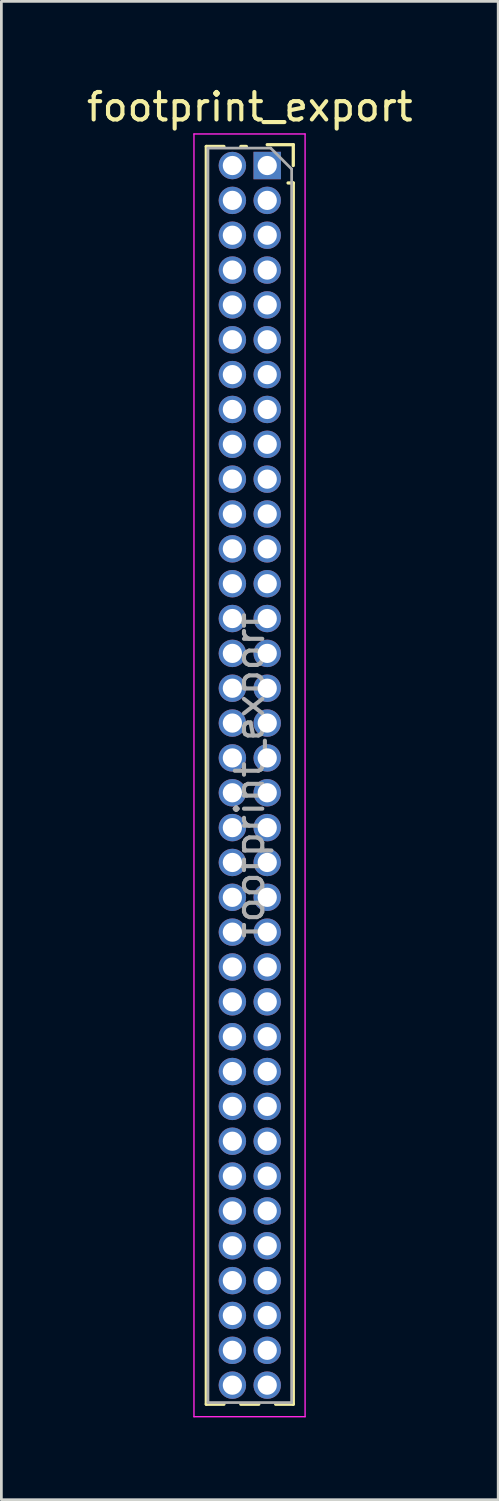
<source format=kicad_pcb>
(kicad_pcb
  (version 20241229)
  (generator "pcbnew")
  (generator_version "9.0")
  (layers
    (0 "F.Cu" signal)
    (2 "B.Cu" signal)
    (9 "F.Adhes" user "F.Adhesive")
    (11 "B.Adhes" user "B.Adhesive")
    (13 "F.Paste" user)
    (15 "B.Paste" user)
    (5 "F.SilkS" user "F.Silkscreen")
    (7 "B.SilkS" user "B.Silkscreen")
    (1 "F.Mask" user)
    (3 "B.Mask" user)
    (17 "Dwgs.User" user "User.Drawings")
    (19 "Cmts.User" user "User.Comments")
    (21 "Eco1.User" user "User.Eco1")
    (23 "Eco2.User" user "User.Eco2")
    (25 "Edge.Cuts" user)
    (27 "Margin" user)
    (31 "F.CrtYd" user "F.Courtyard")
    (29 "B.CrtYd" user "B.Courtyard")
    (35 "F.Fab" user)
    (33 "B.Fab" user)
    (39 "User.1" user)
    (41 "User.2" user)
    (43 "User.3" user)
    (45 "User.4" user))
  (footprint "footprint_export"
    (layer "F.Cu")
    (at 6.689 2.983)
    (property "Reference" "footprint_export" (at -0.635 -2.135 0) (layer "F.SilkS") (effects (font (size 1 1) (thickness 0.15))))
    (attr through_hole)
    (fp_line (start -2.22 -0.695) (end -2.22 45.145) (stroke (width 0.12) (type solid)) (layer "F.SilkS"))
    (fp_line (start -2.22 -0.695) (end -1.578 -0.695) (stroke (width 0.12) (type solid)) (layer "F.SilkS"))
    (fp_line (start -2.22 45.145) (end -1.578 45.145) (stroke (width 0.12) (type solid)) (layer "F.SilkS"))
    (fp_line (start -0.962 -0.695) (end -0.76 -0.695) (stroke (width 0.12) (type solid)) (layer "F.SilkS"))
    (fp_line (start -0.962 45.145) (end -0.308 45.145) (stroke (width 0.12) (type solid)) (layer "F.SilkS"))
    (fp_line (start 0 -0.76) (end 0.95 -0.76) (stroke (width 0.12) (type solid)) (layer "F.SilkS"))
    (fp_line (start 0.308 45.145) (end 0.95 45.145) (stroke (width 0.12) (type solid)) (layer "F.SilkS"))
    (fp_line (start 0.76 0.635) (end 0.95 0.635) (stroke (width 0.12) (type solid)) (layer "F.SilkS"))
    (fp_line (start 0.95 -0.76) (end 0.95 0) (stroke (width 0.12) (type solid)) (layer "F.SilkS"))
    (fp_line (start 0.95 0.635) (end 0.95 45.145) (stroke (width 0.12) (type solid)) (layer "F.SilkS"))
    (fp_line (start -2.67 -1.15) (end 1.38 -1.15) (stroke (width 0.05) (type solid)) (layer "F.CrtYd"))
    (fp_line (start -2.67 45.6) (end -2.67 -1.15) (stroke (width 0.05) (type solid)) (layer "F.CrtYd"))
    (fp_line (start 1.38 -1.15) (end 1.38 45.6) (stroke (width 0.05) (type solid)) (layer "F.CrtYd"))
    (fp_line (start 1.38 45.6) (end -2.67 45.6) (stroke (width 0.05) (type solid)) (layer "F.CrtYd"))
    (fp_line (start -2.16 -0.635) (end 0.128 -0.635) (stroke (width 0.1) (type solid)) (layer "F.Fab"))
    (fp_line (start -2.16 45.085) (end -2.16 -0.635) (stroke (width 0.1) (type solid)) (layer "F.Fab"))
    (fp_line (start 0.128 -0.635) (end 0.89 0.128) (stroke (width 0.1) (type solid)) (layer "F.Fab"))
    (fp_line (start 0.89 0.128) (end 0.89 45.085) (stroke (width 0.1) (type solid)) (layer "F.Fab"))
    (fp_line (start 0.89 45.085) (end -2.16 45.085) (stroke (width 0.1) (type solid)) (layer "F.Fab"))
    (fp_text user "${REFERENCE}" (at -0.635 22.225 90) (layer "F.Fab") (effects (font (size 1 1) (thickness 0.15))))
    (pad "1" thru_hole rect (at 0 0) (size 1 1) (drill 0.7) (layers "*.Cu" "*.Mask"))
    (pad "2" thru_hole oval (at -1.27 0) (size 1 1) (drill 0.7) (layers "*.Cu" "*.Mask"))
    (pad "3" thru_hole oval (at 0 1.27) (size 1 1) (drill 0.7) (layers "*.Cu" "*.Mask"))
    (pad "4" thru_hole oval (at -1.27 1.27) (size 1 1) (drill 0.7) (layers "*.Cu" "*.Mask"))
    (pad "5" thru_hole oval (at 0 2.54) (size 1 1) (drill 0.7) (layers "*.Cu" "*.Mask"))
    (pad "6" thru_hole oval (at -1.27 2.54) (size 1 1) (drill 0.7) (layers "*.Cu" "*.Mask"))
    (pad "7" thru_hole oval (at 0 3.81) (size 1 1) (drill 0.7) (layers "*.Cu" "*.Mask"))
    (pad "8" thru_hole oval (at -1.27 3.81) (size 1 1) (drill 0.7) (layers "*.Cu" "*.Mask"))
    (pad "9" thru_hole oval (at 0 5.08) (size 1 1) (drill 0.7) (layers "*.Cu" "*.Mask"))
    (pad "10" thru_hole oval (at -1.27 5.08) (size 1 1) (drill 0.7) (layers "*.Cu" "*.Mask"))
    (pad "11" thru_hole oval (at 0 6.35) (size 1 1) (drill 0.7) (layers "*.Cu" "*.Mask"))
    (pad "12" thru_hole oval (at -1.27 6.35) (size 1 1) (drill 0.7) (layers "*.Cu" "*.Mask"))
    (pad "13" thru_hole oval (at 0 7.62) (size 1 1) (drill 0.7) (layers "*.Cu" "*.Mask"))
    (pad "14" thru_hole oval (at -1.27 7.62) (size 1 1) (drill 0.7) (layers "*.Cu" "*.Mask"))
    (pad "15" thru_hole oval (at 0 8.89) (size 1 1) (drill 0.7) (layers "*.Cu" "*.Mask"))
    (pad "16" thru_hole oval (at -1.27 8.89) (size 1 1) (drill 0.7) (layers "*.Cu" "*.Mask"))
    (pad "17" thru_hole oval (at 0 10.16) (size 1 1) (drill 0.7) (layers "*.Cu" "*.Mask"))
    (pad "18" thru_hole oval (at -1.27 10.16) (size 1 1) (drill 0.7) (layers "*.Cu" "*.Mask"))
    (pad "19" thru_hole oval (at 0 11.43) (size 1 1) (drill 0.7) (layers "*.Cu" "*.Mask"))
    (pad "20" thru_hole oval (at -1.27 11.43) (size 1 1) (drill 0.7) (layers "*.Cu" "*.Mask"))
    (pad "21" thru_hole oval (at 0 12.7) (size 1 1) (drill 0.7) (layers "*.Cu" "*.Mask"))
    (pad "22" thru_hole oval (at -1.27 12.7) (size 1 1) (drill 0.7) (layers "*.Cu" "*.Mask"))
    (pad "23" thru_hole oval (at 0 13.97) (size 1 1) (drill 0.7) (layers "*.Cu" "*.Mask"))
    (pad "24" thru_hole oval (at -1.27 13.97) (size 1 1) (drill 0.7) (layers "*.Cu" "*.Mask"))
    (pad "25" thru_hole oval (at 0 15.24) (size 1 1) (drill 0.7) (layers "*.Cu" "*.Mask"))
    (pad "26" thru_hole oval (at -1.27 15.24) (size 1 1) (drill 0.7) (layers "*.Cu" "*.Mask"))
    (pad "27" thru_hole oval (at 0 16.51) (size 1 1) (drill 0.7) (layers "*.Cu" "*.Mask"))
    (pad "28" thru_hole oval (at -1.27 16.51) (size 1 1) (drill 0.7) (layers "*.Cu" "*.Mask"))
    (pad "29" thru_hole oval (at 0 17.78) (size 1 1) (drill 0.7) (layers "*.Cu" "*.Mask"))
    (pad "30" thru_hole oval (at -1.27 17.78) (size 1 1) (drill 0.7) (layers "*.Cu" "*.Mask"))
    (pad "31" thru_hole oval (at 0 19.05) (size 1 1) (drill 0.7) (layers "*.Cu" "*.Mask"))
    (pad "32" thru_hole oval (at -1.27 19.05) (size 1 1) (drill 0.7) (layers "*.Cu" "*.Mask"))
    (pad "33" thru_hole oval (at 0 20.32) (size 1 1) (drill 0.7) (layers "*.Cu" "*.Mask"))
    (pad "34" thru_hole oval (at -1.27 20.32) (size 1 1) (drill 0.7) (layers "*.Cu" "*.Mask"))
    (pad "35" thru_hole oval (at 0 21.59) (size 1 1) (drill 0.7) (layers "*.Cu" "*.Mask"))
    (pad "36" thru_hole oval (at -1.27 21.59) (size 1 1) (drill 0.7) (layers "*.Cu" "*.Mask"))
    (pad "37" thru_hole oval (at 0 22.86) (size 1 1) (drill 0.7) (layers "*.Cu" "*.Mask"))
    (pad "38" thru_hole oval (at -1.27 22.86) (size 1 1) (drill 0.7) (layers "*.Cu" "*.Mask"))
    (pad "39" thru_hole oval (at 0 24.13) (size 1 1) (drill 0.7) (layers "*.Cu" "*.Mask"))
    (pad "40" thru_hole oval (at -1.27 24.13) (size 1 1) (drill 0.7) (layers "*.Cu" "*.Mask"))
    (pad "41" thru_hole oval (at 0 25.4) (size 1 1) (drill 0.7) (layers "*.Cu" "*.Mask"))
    (pad "42" thru_hole oval (at -1.27 25.4) (size 1 1) (drill 0.7) (layers "*.Cu" "*.Mask"))
    (pad "43" thru_hole oval (at 0 26.67) (size 1 1) (drill 0.7) (layers "*.Cu" "*.Mask"))
    (pad "44" thru_hole oval (at -1.27 26.67) (size 1 1) (drill 0.7) (layers "*.Cu" "*.Mask"))
    (pad "45" thru_hole oval (at 0 27.94) (size 1 1) (drill 0.7) (layers "*.Cu" "*.Mask"))
    (pad "46" thru_hole oval (at -1.27 27.94) (size 1 1) (drill 0.7) (layers "*.Cu" "*.Mask"))
    (pad "47" thru_hole oval (at 0 29.21) (size 1 1) (drill 0.7) (layers "*.Cu" "*.Mask"))
    (pad "48" thru_hole oval (at -1.27 29.21) (size 1 1) (drill 0.7) (layers "*.Cu" "*.Mask"))
    (pad "49" thru_hole oval (at 0 30.48) (size 1 1) (drill 0.7) (layers "*.Cu" "*.Mask"))
    (pad "50" thru_hole oval (at -1.27 30.48) (size 1 1) (drill 0.7) (layers "*.Cu" "*.Mask"))
    (pad "51" thru_hole oval (at 0 31.75) (size 1 1) (drill 0.7) (layers "*.Cu" "*.Mask"))
    (pad "52" thru_hole oval (at -1.27 31.75) (size 1 1) (drill 0.7) (layers "*.Cu" "*.Mask"))
    (pad "53" thru_hole oval (at 0 33.02) (size 1 1) (drill 0.7) (layers "*.Cu" "*.Mask"))
    (pad "54" thru_hole oval (at -1.27 33.02) (size 1 1) (drill 0.7) (layers "*.Cu" "*.Mask"))
    (pad "55" thru_hole oval (at 0 34.29) (size 1 1) (drill 0.7) (layers "*.Cu" "*.Mask"))
    (pad "56" thru_hole oval (at -1.27 34.29) (size 1 1) (drill 0.7) (layers "*.Cu" "*.Mask"))
    (pad "57" thru_hole oval (at 0 35.56) (size 1 1) (drill 0.7) (layers "*.Cu" "*.Mask"))
    (pad "58" thru_hole oval (at -1.27 35.56) (size 1 1) (drill 0.7) (layers "*.Cu" "*.Mask"))
    (pad "59" thru_hole oval (at 0 36.83) (size 1 1) (drill 0.7) (layers "*.Cu" "*.Mask"))
    (pad "60" thru_hole oval (at -1.27 36.83) (size 1 1) (drill 0.7) (layers "*.Cu" "*.Mask"))
    (pad "61" thru_hole oval (at 0 38.1) (size 1 1) (drill 0.7) (layers "*.Cu" "*.Mask"))
    (pad "62" thru_hole oval (at -1.27 38.1) (size 1 1) (drill 0.7) (layers "*.Cu" "*.Mask"))
    (pad "63" thru_hole oval (at 0 39.37) (size 1 1) (drill 0.7) (layers "*.Cu" "*.Mask"))
    (pad "64" thru_hole oval (at -1.27 39.37) (size 1 1) (drill 0.7) (layers "*.Cu" "*.Mask"))
    (pad "65" thru_hole oval (at 0 40.64) (size 1 1) (drill 0.7) (layers "*.Cu" "*.Mask"))
    (pad "66" thru_hole oval (at -1.27 40.64) (size 1 1) (drill 0.7) (layers "*.Cu" "*.Mask"))
    (pad "67" thru_hole oval (at 0 41.91) (size 1 1) (drill 0.7) (layers "*.Cu" "*.Mask"))
    (pad "68" thru_hole oval (at -1.27 41.91) (size 1 1) (drill 0.7) (layers "*.Cu" "*.Mask"))
    (pad "69" thru_hole oval (at 0 43.18) (size 1 1) (drill 0.7) (layers "*.Cu" "*.Mask"))
    (pad "70" thru_hole oval (at -1.27 43.18) (size 1 1) (drill 0.7) (layers "*.Cu" "*.Mask"))
    (pad "71" thru_hole oval (at 0 44.45) (size 1 1) (drill 0.7) (layers "*.Cu" "*.Mask"))
    (pad "72" thru_hole oval (at -1.27 44.45) (size 1 1) (drill 0.7) (layers "*.Cu" "*.Mask")))
  (gr_rect
    (start -3 -3)
    (end 15.107 51.608)
    (stroke (width 0.1) (type default))
    (fill no)
    (layer "Edge.Cuts")))
</source>
